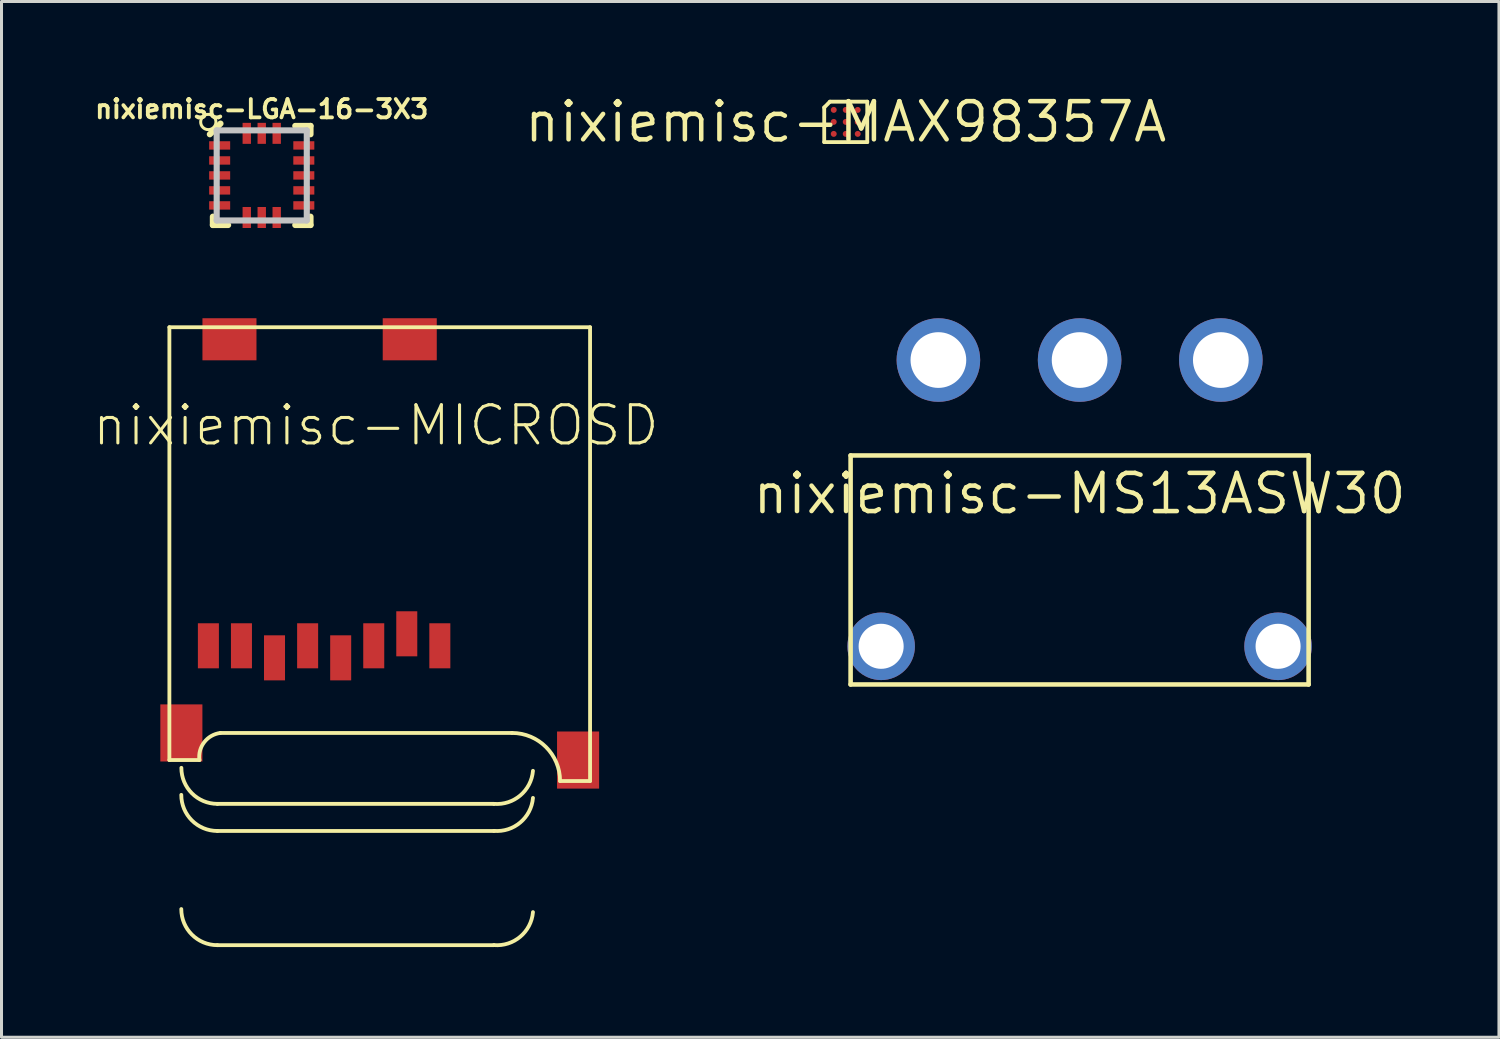
<source format=kicad_pcb>
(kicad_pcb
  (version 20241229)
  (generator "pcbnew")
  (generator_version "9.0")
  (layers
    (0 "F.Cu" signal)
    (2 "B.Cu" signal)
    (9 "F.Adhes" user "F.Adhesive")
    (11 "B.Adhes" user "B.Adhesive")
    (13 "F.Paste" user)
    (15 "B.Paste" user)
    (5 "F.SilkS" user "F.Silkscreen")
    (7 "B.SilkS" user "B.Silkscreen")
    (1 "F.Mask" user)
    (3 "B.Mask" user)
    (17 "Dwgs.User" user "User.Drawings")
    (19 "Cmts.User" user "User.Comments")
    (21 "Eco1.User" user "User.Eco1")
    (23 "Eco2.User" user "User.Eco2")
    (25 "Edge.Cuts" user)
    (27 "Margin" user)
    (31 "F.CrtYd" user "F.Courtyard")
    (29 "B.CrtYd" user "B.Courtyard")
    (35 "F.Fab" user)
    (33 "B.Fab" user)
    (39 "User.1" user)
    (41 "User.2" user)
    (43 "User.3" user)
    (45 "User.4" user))
  (footprint "nixiemisc-MICROSD"
    (layer "F.Cu")
    (at 2.586 7.8)
    (property "Reference" "nixiemisc-MICROSD" (at 6.873 3.305 0) (layer "F.SilkS") (effects (font (size 1.27 1.27) (thickness 0.102))))
    (attr smd)
    (fp_line (start 0 0.038) (end 0 14.44) (stroke (width 0.127) (type solid)) (layer "F.SilkS"))
    (fp_line (start 0 14.44) (end 0.998 14.44) (stroke (width 0.127) (type solid)) (layer "F.SilkS"))
    (fp_line (start 1.598 15.898) (end 10.798 15.898) (stroke (width 0.127) (type solid)) (layer "F.SilkS"))
    (fp_line (start 1.598 16.8) (end 10.798 16.8) (stroke (width 0.127) (type solid)) (layer "F.SilkS"))
    (fp_line (start 1.598 20.599) (end 10.798 20.599) (stroke (width 0.127) (type solid)) (layer "F.SilkS"))
    (fp_line (start 1.699 13.538) (end 11.4 13.538) (stroke (width 0.127) (type solid)) (layer "F.SilkS"))
    (fp_line (start 13 15.138) (end 13.998 15.138) (stroke (width 0.127) (type solid)) (layer "F.SilkS"))
    (fp_line (start 13.998 0.038) (end 0 0.038) (stroke (width 0.127) (type solid)) (layer "F.SilkS"))
    (fp_line (start 13.998 15.138) (end 13.998 0.038) (stroke (width 0.127) (type solid)) (layer "F.SilkS"))
    (fp_arc (start 0.99822 14.4399) (mid 1.160722 13.844386) (end 1.69672 13.5382) (stroke (width 0.127) (type solid)) (layer "F.SilkS"))
    (fp_arc (start 1.59766 15.89786) (mid 0.749924 15.546716) (end 0.39878 14.69898) (stroke (width 0.127) (type solid)) (layer "F.SilkS"))
    (fp_arc (start 1.59766 16.79956) (mid 0.748128 16.447672) (end 0.39624 15.59814) (stroke (width 0.127) (type solid)) (layer "F.SilkS"))
    (fp_arc (start 1.59766 20.5994) (mid 0.748128 20.247512) (end 0.39624 19.39798) (stroke (width 0.127) (type solid)) (layer "F.SilkS"))
    (fp_arc (start 11.39952 13.5382) (mid 12.531032 14.006888) (end 12.99972 15.1384) (stroke (width 0.127) (type solid)) (layer "F.SilkS"))
    (fp_arc (start 12.09802 14.79804) (mid 11.67683 15.616762) (end 10.80008 15.89786) (stroke (width 0.127) (type solid)) (layer "F.SilkS"))
    (fp_arc (start 12.09802 15.69974) (mid 11.675034 16.517718) (end 10.79754 16.79702) (stroke (width 0.127) (type solid)) (layer "F.SilkS"))
    (fp_arc (start 12.09802 19.49958) (mid 11.675034 20.317558) (end 10.79754 20.59686) (stroke (width 0.127) (type solid)) (layer "F.SilkS"))
    (pad "1" smd rect (at 8.999 10.638) (size 0.699 1.499) (layers "F.Cu" "F.Mask" "F.Paste"))
    (pad "2" smd rect (at 7.899 10.239) (size 0.699 1.499) (layers "F.Cu" "F.Mask" "F.Paste"))
    (pad "3" smd rect (at 6.8 10.638) (size 0.699 1.499) (layers "F.Cu" "F.Mask" "F.Paste"))
    (pad "4" smd rect (at 5.7 11.039) (size 0.699 1.499) (layers "F.Cu" "F.Mask" "F.Paste"))
    (pad "5" smd rect (at 4.6 10.638) (size 0.699 1.499) (layers "F.Cu" "F.Mask" "F.Paste"))
    (pad "6" smd rect (at 3.498 11.039) (size 0.699 1.499) (layers "F.Cu" "F.Mask" "F.Paste"))
    (pad "7" smd rect (at 2.398 10.638) (size 0.699 1.499) (layers "F.Cu" "F.Mask" "F.Paste"))
    (pad "8" smd rect (at 1.298 10.638) (size 0.699 1.499) (layers "F.Cu" "F.Mask" "F.Paste"))
    (pad "CD1" smd rect (at 1.999 0.439 90) (size 1.4 1.798) (layers "F.Cu" "F.Mask" "F.Paste"))
    (pad "CD2" smd rect (at 7.998 0.439 90) (size 1.4 1.798) (layers "F.Cu" "F.Mask" "F.Paste"))
    (pad "MT1" smd rect (at 0.399 13.538) (size 1.4 1.9) (layers "F.Cu" "F.Mask" "F.Paste"))
    (pad "MT2" smd rect (at 13.599 14.44) (size 1.4 1.9) (layers "F.Cu" "F.Mask" "F.Paste")))
  (footprint "nixiemisc-LGA-16-3X3"
    (layer "F.Cu")
    (at 5.659 2.787)
    (property "Reference" "nixiemisc-LGA-16-3X3" (at 0 -2.207 0) (layer "F.SilkS") (effects (font (size 0.61 0.61) (thickness 0.127))))
    (attr smd)
    (fp_line (start -1.727 -1.369) (end -1.372 -1.725) (stroke (width 0.203) (type solid)) (layer "F.SilkS"))
    (fp_line (start -1.626 1.372) (end -1.626 1.651) (stroke (width 0.203) (type solid)) (layer "F.SilkS"))
    (fp_line (start -1.626 1.651) (end -1.118 1.651) (stroke (width 0.203) (type solid)) (layer "F.SilkS"))
    (fp_line (start 1.115 -1.648) (end 1.623 -1.648) (stroke (width 0.203) (type solid)) (layer "F.SilkS"))
    (fp_line (start 1.115 1.651) (end 1.623 1.651) (stroke (width 0.203) (type solid)) (layer "F.SilkS"))
    (fp_line (start 1.623 -1.648) (end 1.623 -1.369) (stroke (width 0.203) (type solid)) (layer "F.SilkS"))
    (fp_line (start 1.623 1.372) (end 1.623 1.651) (stroke (width 0.203) (type solid)) (layer "F.SilkS"))
    (fp_circle (center -1.778 -1.778) (end -1.778 -2.032) (stroke (width 0.1) (type solid)) (fill no) (layer "F.SilkS"))
    (fp_line (start -1.499 -1.499) (end 1.499 -1.499) (stroke (width 0.203) (type solid)) (layer "Dwgs.User"))
    (fp_line (start -1.499 1.499) (end -1.499 -1.499) (stroke (width 0.203) (type solid)) (layer "Dwgs.User"))
    (fp_line (start 1.499 -1.499) (end 1.499 1.499) (stroke (width 0.203) (type solid)) (layer "Dwgs.User"))
    (fp_line (start 1.499 1.499) (end -1.499 1.499) (stroke (width 0.203) (type solid)) (layer "Dwgs.User"))
    (pad "1" smd rect (at -1.4 -0.998 180) (size 0.699 0.279) (layers "F.Cu" "F.Mask" "F.Paste"))
    (pad "2" smd rect (at -1.4 -0.498) (size 0.699 0.279) (layers "F.Cu" "F.Mask" "F.Paste"))
    (pad "3" smd rect (at -1.4 0) (size 0.699 0.279) (layers "F.Cu" "F.Mask" "F.Paste"))
    (pad "4" smd rect (at -1.4 0.498) (size 0.699 0.279) (layers "F.Cu" "F.Mask" "F.Paste"))
    (pad "5" smd rect (at -1.4 0.998 180) (size 0.699 0.279) (layers "F.Cu" "F.Mask" "F.Paste"))
    (pad "6" smd rect (at -0.498 1.4 90) (size 0.699 0.279) (layers "F.Cu" "F.Mask" "F.Paste"))
    (pad "7" smd rect (at 0 1.4 90) (size 0.699 0.279) (layers "F.Cu" "F.Mask" "F.Paste"))
    (pad "8" smd rect (at 0.498 1.4 90) (size 0.699 0.279) (layers "F.Cu" "F.Mask" "F.Paste"))
    (pad "9" smd rect (at 1.4 0.998 180) (size 0.699 0.279) (layers "F.Cu" "F.Mask" "F.Paste"))
    (pad "10" smd rect (at 1.4 0.498 180) (size 0.699 0.279) (layers "F.Cu" "F.Mask" "F.Paste"))
    (pad "11" smd rect (at 1.4 0 180) (size 0.699 0.279) (layers "F.Cu" "F.Mask" "F.Paste"))
    (pad "12" smd rect (at 1.4 -0.498 180) (size 0.699 0.279) (layers "F.Cu" "F.Mask" "F.Paste"))
    (pad "13" smd rect (at 1.4 -0.998 180) (size 0.699 0.279) (layers "F.Cu" "F.Mask" "F.Paste"))
    (pad "14" smd rect (at 0.498 -1.4 270) (size 0.699 0.279) (layers "F.Cu" "F.Mask" "F.Paste"))
    (pad "15" smd rect (at 0 -1.4 270) (size 0.699 0.279) (layers "F.Cu" "F.Mask" "F.Paste"))
    (pad "16" smd rect (at -0.498 -1.4 270) (size 0.699 0.279) (layers "F.Cu" "F.Mask" "F.Paste")))
  (footprint "nixiemisc-MAX98357A"
    (layer "F.Cu")
    (at 25.091 1.006)
    (property "Reference" "nixiemisc-MAX98357A" (at 0 0 0) (layer "F.SilkS") (effects (font (size 1.27 1.27) (thickness 0.15))))
    (attr smd)
    (fp_line (start -0.716 -0.48) (end -0.716 0.673) (stroke (width 0.127) (type solid)) (layer "F.SilkS"))
    (fp_line (start -0.716 0.673) (end 0.716 0.673) (stroke (width 0.127) (type solid)) (layer "F.SilkS"))
    (fp_line (start -0.526 -0.673) (end -0.716 -0.48) (stroke (width 0.127) (type solid)) (layer "F.SilkS"))
    (fp_line (start 0.716 -0.673) (end -0.526 -0.673) (stroke (width 0.127) (type solid)) (layer "F.SilkS"))
    (fp_line (start 0.716 -0.673) (end 0.716 0.673) (stroke (width 0.127) (type solid)) (layer "F.SilkS"))
    (fp_circle (center -0.399 -0.399) (end -0.399 -0.498) (stroke (width 0.028) (type solid)) (fill no) (layer "F.Paste"))
    (fp_circle (center -0.399 0) (end -0.399 -0.099) (stroke (width 0.028) (type solid)) (fill no) (layer "F.Paste"))
    (fp_circle (center -0.399 0.399) (end -0.399 0.3) (stroke (width 0.028) (type solid)) (fill no) (layer "F.Paste"))
    (fp_circle (center 0 -0.399) (end 0 -0.498) (stroke (width 0.028) (type solid)) (fill no) (layer "F.Paste"))
    (fp_circle (center 0 0) (end 0 -0.099) (stroke (width 0.028) (type solid)) (fill no) (layer "F.Paste"))
    (fp_circle (center 0 0.399) (end 0 0.3) (stroke (width 0.028) (type solid)) (fill no) (layer "F.Paste"))
    (fp_circle (center 0.399 -0.399) (end 0.399 -0.498) (stroke (width 0.028) (type solid)) (fill no) (layer "F.Paste"))
    (fp_circle (center 0.399 0) (end 0.399 -0.099) (stroke (width 0.028) (type solid)) (fill no) (layer "F.Paste"))
    (fp_circle (center 0.399 0.399) (end 0.399 0.3) (stroke (width 0.028) (type solid)) (fill no) (layer "F.Paste"))
    (pad "A1" smd circle (at -0.399 -0.399) (size 0.198 0.198) (layers "F.Cu" "F.Mask" "F.Paste"))
    (pad "A2" smd circle (at 0 -0.399) (size 0.198 0.198) (layers "F.Cu" "F.Mask" "F.Paste"))
    (pad "A3" smd circle (at 0.399 -0.399) (size 0.198 0.198) (layers "F.Cu" "F.Mask" "F.Paste"))
    (pad "B1" smd circle (at -0.399 0) (size 0.198 0.198) (layers "F.Cu" "F.Mask" "F.Paste"))
    (pad "B2" smd circle (at 0 0) (size 0.198 0.198) (layers "F.Cu" "F.Mask" "F.Paste"))
    (pad "B3" smd circle (at 0.399 0) (size 0.198 0.198) (layers "F.Cu" "F.Mask" "F.Paste"))
    (pad "C1" smd circle (at -0.399 0.399) (size 0.198 0.198) (layers "F.Cu" "F.Mask" "F.Paste"))
    (pad "C2" smd circle (at 0 0.399) (size 0.198 0.198) (layers "F.Cu" "F.Mask" "F.Paste"))
    (pad "C3" smd circle (at 0.399 0.399) (size 0.198 0.198) (layers "F.Cu" "F.Mask" "F.Paste")))
  (footprint "nixiemisc-MS13ASW30"
    (layer "F.Cu")
    (at 32.873 13.375)
    (property "Reference" "nixiemisc-MS13ASW30" (at 0 0 0) (layer "F.SilkS") (effects (font (size 1.27 1.27) (thickness 0.15))))
    (attr exclude_from_pos_files exclude_from_bom)
    (fp_line (start -7.62 -1.27) (end 7.62 -1.27) (stroke (width 0.152) (type solid)) (layer "F.SilkS"))
    (fp_line (start -7.62 6.35) (end -7.62 -1.27) (stroke (width 0.152) (type solid)) (layer "F.SilkS"))
    (fp_line (start 7.62 -1.27) (end 7.62 6.35) (stroke (width 0.152) (type solid)) (layer "F.SilkS"))
    (fp_line (start 7.62 6.35) (end -7.62 6.35) (stroke (width 0.152) (type solid)) (layer "F.SilkS"))
    (pad "P$1" thru_hole circle (at -4.699 -4.445) (size 2.781 2.781) (drill 1.854) (layers "*.Cu" "*.Mask"))
    (pad "P$2" thru_hole circle (at 0 -4.445) (size 2.781 2.781) (drill 1.854) (layers "*.Cu" "*.Mask"))
    (pad "P$3" thru_hole circle (at 4.699 -4.445) (size 2.781 2.781) (drill 1.854) (layers "*.Cu" "*.Mask"))
    (pad "P$4" thru_hole circle (at -6.604 5.08) (size 2.248 2.248) (drill 1.499) (layers "*.Cu" "*.Mask"))
    (pad "P$5" thru_hole circle (at 6.604 5.08) (size 2.248 2.248) (drill 1.499) (layers "*.Cu" "*.Mask")))
  (gr_rect
    (start -3 -3)
    (end 46.826 31.464)
    (stroke (width 0.1) (type default))
    (fill no)
    (layer "Edge.Cuts")))
</source>
